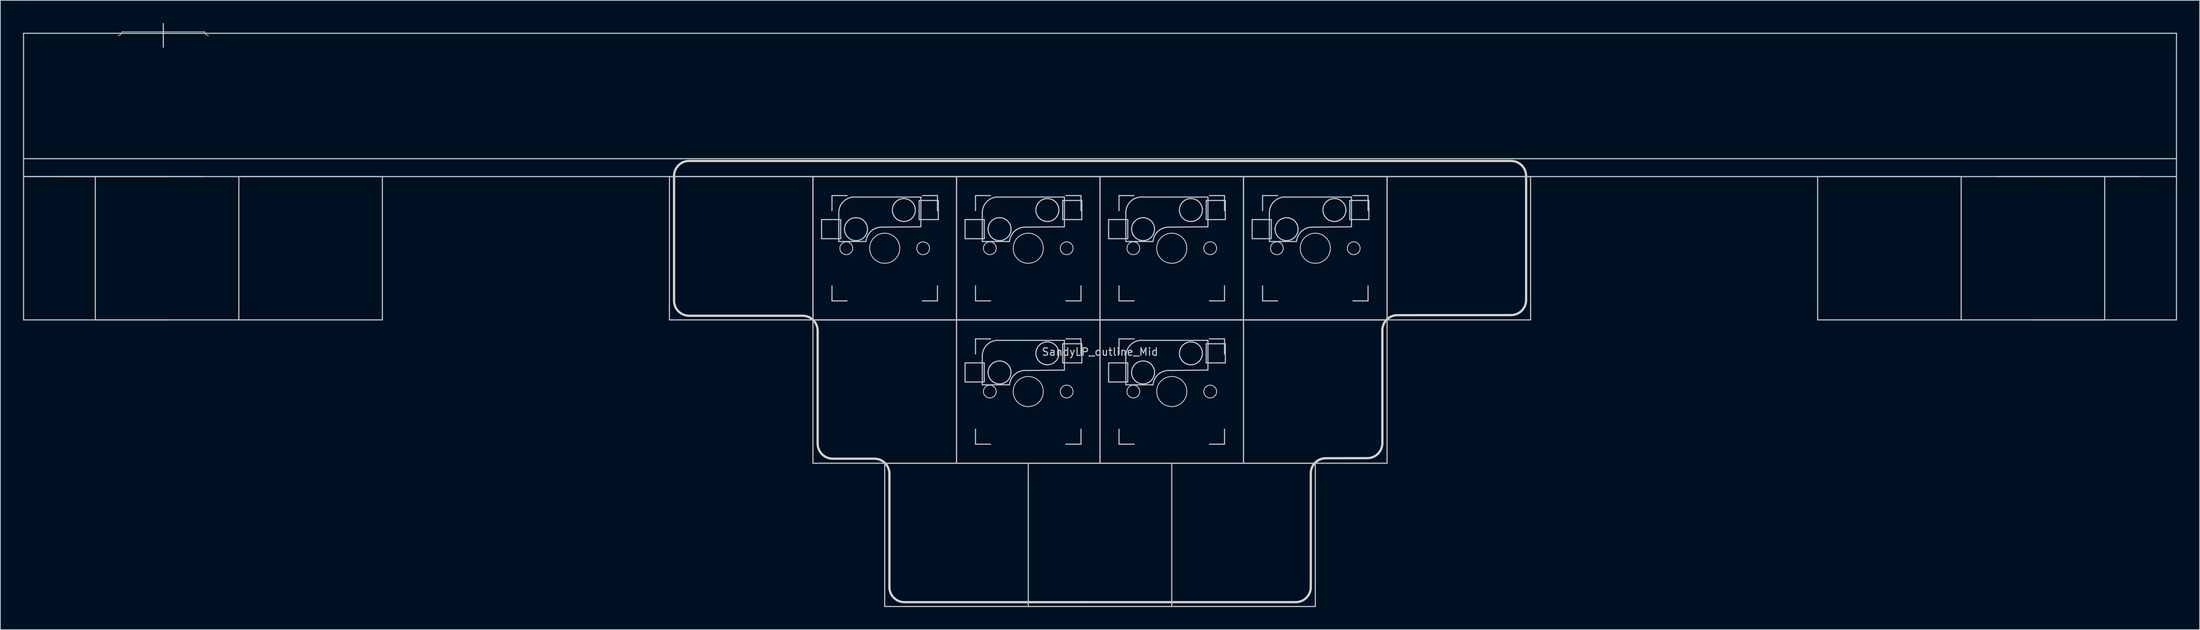
<source format=kicad_pcb>
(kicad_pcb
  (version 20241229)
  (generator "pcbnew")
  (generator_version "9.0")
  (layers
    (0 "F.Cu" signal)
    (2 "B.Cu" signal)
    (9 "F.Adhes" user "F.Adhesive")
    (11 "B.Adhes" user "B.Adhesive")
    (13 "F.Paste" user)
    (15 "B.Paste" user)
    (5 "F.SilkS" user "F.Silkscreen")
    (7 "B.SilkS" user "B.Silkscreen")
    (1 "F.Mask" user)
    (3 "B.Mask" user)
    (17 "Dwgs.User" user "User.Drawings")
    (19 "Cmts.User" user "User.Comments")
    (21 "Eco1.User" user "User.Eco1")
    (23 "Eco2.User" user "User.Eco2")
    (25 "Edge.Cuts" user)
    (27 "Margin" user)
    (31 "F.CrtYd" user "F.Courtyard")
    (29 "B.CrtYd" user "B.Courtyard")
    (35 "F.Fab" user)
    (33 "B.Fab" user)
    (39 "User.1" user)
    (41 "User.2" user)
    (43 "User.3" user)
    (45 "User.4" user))
  (footprint "SandyLP_outline_Mid"
    (layer "F.Cu")
    (at 142.95 39.475)
    (property "Reference" "SandyLP_outline_Mid" (at 0 4.25 0) (layer "Dwgs.User") (effects (font (size 1 1) (thickness 0.15))))
    (attr through_hole)
    (fp_line (start -142.875 -38.1) (end -123.825 -38.1) (stroke (width 0.15) (type solid)) (layer "Dwgs.User"))
    (fp_line (start -142.875 -19.05) (end -142.875 -38.1) (stroke (width 0.15) (type solid)) (layer "Dwgs.User"))
    (fp_line (start -142.875 -19.05) (end -142.875 0) (stroke (width 0.15) (type solid)) (layer "Dwgs.User"))
    (fp_line (start -138.113 -19.05) (end -119.062 -19.05) (stroke (width 0.15) (type solid)) (layer "Dwgs.User"))
    (fp_line (start -133.35 0) (end -133.35 -19.05) (stroke (width 0.15) (type solid)) (layer "Dwgs.User"))
    (fp_line (start -129.825 -38.3) (end -118.825 -38.3) (stroke (width 0.1) (type solid)) (layer "Dwgs.User"))
    (fp_line (start -124.325 -39.4) (end -124.325 -36.25) (stroke (width 0.15) (type solid)) (layer "Dwgs.User"))
    (fp_line (start -123.825 -38.1) (end -104.775 -38.1) (stroke (width 0.15) (type solid)) (layer "Dwgs.User"))
    (fp_line (start -123.825 -19.05) (end -142.875 -19.05) (stroke (width 0.15) (type solid)) (layer "Dwgs.User"))
    (fp_line (start -123.825 -19.05) (end -142.875 -19.05) (stroke (width 0.15) (type solid)) (layer "Dwgs.User"))
    (fp_line (start -123.825 0) (end -142.875 0) (stroke (width 0.15) (type solid)) (layer "Dwgs.User"))
    (fp_line (start -114.3 -19.05) (end -95.25 -19.05) (stroke (width 0.15) (type solid)) (layer "Dwgs.User"))
    (fp_line (start -114.3 0) (end -133.35 0) (stroke (width 0.15) (type solid)) (layer "Dwgs.User"))
    (fp_line (start -114.3 0) (end -114.3 -19.05) (stroke (width 0.15) (type solid)) (layer "Dwgs.User"))
    (fp_line (start -104.775 -38.1) (end -85.725 -38.1) (stroke (width 0.15) (type solid)) (layer "Dwgs.User"))
    (fp_line (start -104.775 -19.05) (end -123.825 -19.05) (stroke (width 0.15) (type solid)) (layer "Dwgs.User"))
    (fp_line (start -95.25 -19.05) (end -95.25 0) (stroke (width 0.15) (type solid)) (layer "Dwgs.User"))
    (fp_line (start -95.25 0) (end -114.3 0) (stroke (width 0.15) (type solid)) (layer "Dwgs.User"))
    (fp_line (start -85.725 -38.1) (end -66.675 -38.1) (stroke (width 0.15) (type solid)) (layer "Dwgs.User"))
    (fp_line (start -85.725 -19.05) (end -104.775 -19.05) (stroke (width 0.15) (type solid)) (layer "Dwgs.User"))
    (fp_line (start -66.675 -38.1) (end -47.625 -38.1) (stroke (width 0.15) (type solid)) (layer "Dwgs.User"))
    (fp_line (start -66.675 -19.05) (end -85.725 -19.05) (stroke (width 0.15) (type solid)) (layer "Dwgs.User"))
    (fp_line (start -57.15 -19.05) (end -38.1 -19.05) (stroke (width 0.15) (type solid)) (layer "Dwgs.User"))
    (fp_line (start -57.15 0) (end -57.15 -19.05) (stroke (width 0.15) (type solid)) (layer "Dwgs.User"))
    (fp_line (start -47.625 -38.1) (end -28.575 -38.1) (stroke (width 0.15) (type solid)) (layer "Dwgs.User"))
    (fp_line (start -47.625 -19.05) (end -66.675 -19.05) (stroke (width 0.15) (type solid)) (layer "Dwgs.User"))
    (fp_line (start -38.1 -19.05) (end -19.05 -19.05) (stroke (width 0.15) (type solid)) (layer "Dwgs.User"))
    (fp_line (start -38.1 -19.05) (end -19.05 -19.05) (stroke (width 0.15) (type solid)) (layer "Dwgs.User"))
    (fp_line (start -38.1 0) (end -57.15 0) (stroke (width 0.15) (type solid)) (layer "Dwgs.User"))
    (fp_line (start -38.1 0) (end -38.1 -19.05) (stroke (width 0.15) (type solid)) (layer "Dwgs.User"))
    (fp_line (start -38.1 0) (end -38.1 -19.05) (stroke (width 0.15) (type solid)) (layer "Dwgs.User"))
    (fp_line (start -38.1 0) (end -19.05 0) (stroke (width 0.15) (type solid)) (layer "Dwgs.User"))
    (fp_line (start -38.1 19.05) (end -38.1 0) (stroke (width 0.15) (type solid)) (layer "Dwgs.User"))
    (fp_line (start -36.957 -13.335) (end -36.957 -10.795) (stroke (width 0.15) (type solid)) (layer "Dwgs.User"))
    (fp_line (start -36.957 -10.795) (end -34.417 -10.795) (stroke (width 0.15) (type solid)) (layer "Dwgs.User"))
    (fp_line (start -35.575 -16.525) (end -35.575 -14.525) (stroke (width 0.15) (type solid)) (layer "Dwgs.User"))
    (fp_line (start -35.575 -4.525) (end -35.575 -2.525) (stroke (width 0.15) (type solid)) (layer "Dwgs.User"))
    (fp_line (start -35.575 -2.525) (end -33.575 -2.525) (stroke (width 0.15) (type solid)) (layer "Dwgs.User"))
    (fp_line (start -34.675 -14.375) (end -34.675 -10.43) (stroke (width 0.15) (type solid)) (layer "Dwgs.User"))
    (fp_line (start -34.675 -10.421) (end -31.065 -10.421) (stroke (width 0.15) (type solid)) (layer "Dwgs.User"))
    (fp_line (start -34.417 -13.335) (end -36.957 -13.335) (stroke (width 0.15) (type solid)) (layer "Dwgs.User"))
    (fp_line (start -34.417 -10.795) (end -34.417 -13.335) (stroke (width 0.15) (type solid)) (layer "Dwgs.User"))
    (fp_line (start -33.575 -16.525) (end -35.575 -16.525) (stroke (width 0.15) (type solid)) (layer "Dwgs.User"))
    (fp_line (start -28.575 -38.1) (end -9.525 -38.1) (stroke (width 0.15) (type solid)) (layer "Dwgs.User"))
    (fp_line (start -28.575 -19.05) (end -47.625 -19.05) (stroke (width 0.15) (type solid)) (layer "Dwgs.User"))
    (fp_line (start -28.575 19.05) (end -9.525 19.05) (stroke (width 0.15) (type solid)) (layer "Dwgs.User"))
    (fp_line (start -28.575 38.1) (end -28.575 19.05) (stroke (width 0.15) (type solid)) (layer "Dwgs.User"))
    (fp_line (start -24.003 -15.875) (end -21.463 -15.875) (stroke (width 0.15) (type solid)) (layer "Dwgs.User"))
    (fp_line (start -24.003 -13.335) (end -24.003 -15.875) (stroke (width 0.15) (type solid)) (layer "Dwgs.User"))
    (fp_line (start -23.775 -16.329) (end -32.4 -16.329) (stroke (width 0.15) (type solid)) (layer "Dwgs.User"))
    (fp_line (start -23.775 -12.421) (end -23.775 -16.329) (stroke (width 0.15) (type solid)) (layer "Dwgs.User"))
    (fp_line (start -23.775 -12.375) (end -28.825 -12.329) (stroke (width 0.15) (type solid)) (layer "Dwgs.User"))
    (fp_line (start -23.575 -16.525) (end -21.575 -16.525) (stroke (width 0.15) (type solid)) (layer "Dwgs.User"))
    (fp_line (start -23.575 -2.525) (end -21.575 -2.525) (stroke (width 0.15) (type solid)) (layer "Dwgs.User"))
    (fp_line (start -21.575 -16.525) (end -21.575 -14.525) (stroke (width 0.15) (type solid)) (layer "Dwgs.User"))
    (fp_line (start -21.575 -2.525) (end -21.575 -4.525) (stroke (width 0.15) (type solid)) (layer "Dwgs.User"))
    (fp_line (start -21.463 -15.875) (end -21.463 -13.335) (stroke (width 0.15) (type solid)) (layer "Dwgs.User"))
    (fp_line (start -21.463 -13.335) (end -24.003 -13.335) (stroke (width 0.15) (type solid)) (layer "Dwgs.User"))
    (fp_line (start -19.05 -19.05) (end -19.05 0) (stroke (width 0.15) (type solid)) (layer "Dwgs.User"))
    (fp_line (start -19.05 -19.05) (end -19.05 0) (stroke (width 0.15) (type solid)) (layer "Dwgs.User"))
    (fp_line (start -19.05 -19.05) (end 0 -19.05) (stroke (width 0.15) (type solid)) (layer "Dwgs.User"))
    (fp_line (start -19.05 -19.05) (end 0 -19.05) (stroke (width 0.15) (type solid)) (layer "Dwgs.User"))
    (fp_line (start -19.05 0) (end -38.1 0) (stroke (width 0.15) (type solid)) (layer "Dwgs.User"))
    (fp_line (start -19.05 0) (end -38.1 0) (stroke (width 0.15) (type solid)) (layer "Dwgs.User"))
    (fp_line (start -19.05 0) (end -19.05 -19.05) (stroke (width 0.15) (type solid)) (layer "Dwgs.User"))
    (fp_line (start -19.05 0) (end 0 0) (stroke (width 0.15) (type solid)) (layer "Dwgs.User"))
    (fp_line (start -19.05 0) (end 0 0) (stroke (width 0.15) (type solid)) (layer "Dwgs.User"))
    (fp_line (start -19.05 19.05) (end -38.1 19.05) (stroke (width 0.15) (type solid)) (layer "Dwgs.User"))
    (fp_line (start -19.05 19.05) (end -19.05 0) (stroke (width 0.15) (type solid)) (layer "Dwgs.User"))
    (fp_line (start -19.05 19.05) (end -19.05 0) (stroke (width 0.15) (type solid)) (layer "Dwgs.User"))
    (fp_line (start -17.907 -13.335) (end -17.907 -10.795) (stroke (width 0.15) (type solid)) (layer "Dwgs.User"))
    (fp_line (start -17.907 -10.795) (end -15.367 -10.795) (stroke (width 0.15) (type solid)) (layer "Dwgs.User"))
    (fp_line (start -17.907 5.715) (end -17.907 8.255) (stroke (width 0.15) (type solid)) (layer "Dwgs.User"))
    (fp_line (start -17.907 8.255) (end -15.367 8.255) (stroke (width 0.15) (type solid)) (layer "Dwgs.User"))
    (fp_line (start -16.525 -16.525) (end -16.525 -14.525) (stroke (width 0.15) (type solid)) (layer "Dwgs.User"))
    (fp_line (start -16.525 -4.525) (end -16.525 -2.525) (stroke (width 0.15) (type solid)) (layer "Dwgs.User"))
    (fp_line (start -16.525 -2.525) (end -14.525 -2.525) (stroke (width 0.15) (type solid)) (layer "Dwgs.User"))
    (fp_line (start -16.525 2.525) (end -16.525 4.525) (stroke (width 0.15) (type solid)) (layer "Dwgs.User"))
    (fp_line (start -16.525 14.525) (end -16.525 16.525) (stroke (width 0.15) (type solid)) (layer "Dwgs.User"))
    (fp_line (start -16.525 16.525) (end -14.525 16.525) (stroke (width 0.15) (type solid)) (layer "Dwgs.User"))
    (fp_line (start -15.625 -14.375) (end -15.625 -10.43) (stroke (width 0.15) (type solid)) (layer "Dwgs.User"))
    (fp_line (start -15.625 -10.421) (end -12.015 -10.421) (stroke (width 0.15) (type solid)) (layer "Dwgs.User"))
    (fp_line (start -15.625 4.675) (end -15.625 8.62) (stroke (width 0.15) (type solid)) (layer "Dwgs.User"))
    (fp_line (start -15.625 8.629) (end -12.015 8.629) (stroke (width 0.15) (type solid)) (layer "Dwgs.User"))
    (fp_line (start -15.367 -13.335) (end -17.907 -13.335) (stroke (width 0.15) (type solid)) (layer "Dwgs.User"))
    (fp_line (start -15.367 -10.795) (end -15.367 -13.335) (stroke (width 0.15) (type solid)) (layer "Dwgs.User"))
    (fp_line (start -15.367 5.715) (end -17.907 5.715) (stroke (width 0.15) (type solid)) (layer "Dwgs.User"))
    (fp_line (start -15.367 8.255) (end -15.367 5.715) (stroke (width 0.15) (type solid)) (layer "Dwgs.User"))
    (fp_line (start -14.525 -16.525) (end -16.525 -16.525) (stroke (width 0.15) (type solid)) (layer "Dwgs.User"))
    (fp_line (start -14.525 2.525) (end -16.525 2.525) (stroke (width 0.15) (type solid)) (layer "Dwgs.User"))
    (fp_line (start -9.525 -38.1) (end 9.525 -38.1) (stroke (width 0.15) (type solid)) (layer "Dwgs.User"))
    (fp_line (start -9.525 -19.05) (end -28.575 -19.05) (stroke (width 0.15) (type solid)) (layer "Dwgs.User"))
    (fp_line (start -9.525 19.05) (end 9.525 19.05) (stroke (width 0.15) (type solid)) (layer "Dwgs.User"))
    (fp_line (start -9.525 38.1) (end -28.575 38.1) (stroke (width 0.15) (type solid)) (layer "Dwgs.User"))
    (fp_line (start -9.525 38.1) (end -9.525 19.05) (stroke (width 0.15) (type solid)) (layer "Dwgs.User"))
    (fp_line (start -4.953 -15.875) (end -2.413 -15.875) (stroke (width 0.15) (type solid)) (layer "Dwgs.User"))
    (fp_line (start -4.953 -13.335) (end -4.953 -15.875) (stroke (width 0.15) (type solid)) (layer "Dwgs.User"))
    (fp_line (start -4.953 3.175) (end -2.413 3.175) (stroke (width 0.15) (type solid)) (layer "Dwgs.User"))
    (fp_line (start -4.953 5.715) (end -4.953 3.175) (stroke (width 0.15) (type solid)) (layer "Dwgs.User"))
    (fp_line (start -4.725 -16.329) (end -13.35 -16.329) (stroke (width 0.15) (type solid)) (layer "Dwgs.User"))
    (fp_line (start -4.725 -12.421) (end -4.725 -16.329) (stroke (width 0.15) (type solid)) (layer "Dwgs.User"))
    (fp_line (start -4.725 -12.375) (end -9.775 -12.329) (stroke (width 0.15) (type solid)) (layer "Dwgs.User"))
    (fp_line (start -4.725 2.721) (end -13.35 2.721) (stroke (width 0.15) (type solid)) (layer "Dwgs.User"))
    (fp_line (start -4.725 6.629) (end -4.725 2.721) (stroke (width 0.15) (type solid)) (layer "Dwgs.User"))
    (fp_line (start -4.725 6.675) (end -9.775 6.721) (stroke (width 0.15) (type solid)) (layer "Dwgs.User"))
    (fp_line (start -4.525 -16.525) (end -2.525 -16.525) (stroke (width 0.15) (type solid)) (layer "Dwgs.User"))
    (fp_line (start -4.525 -2.525) (end -2.525 -2.525) (stroke (width 0.15) (type solid)) (layer "Dwgs.User"))
    (fp_line (start -4.525 2.525) (end -2.525 2.525) (stroke (width 0.15) (type solid)) (layer "Dwgs.User"))
    (fp_line (start -4.525 16.525) (end -2.525 16.525) (stroke (width 0.15) (type solid)) (layer "Dwgs.User"))
    (fp_line (start -2.525 -16.525) (end -2.525 -14.525) (stroke (width 0.15) (type solid)) (layer "Dwgs.User"))
    (fp_line (start -2.525 -2.525) (end -2.525 -4.525) (stroke (width 0.15) (type solid)) (layer "Dwgs.User"))
    (fp_line (start -2.525 2.525) (end -2.525 4.525) (stroke (width 0.15) (type solid)) (layer "Dwgs.User"))
    (fp_line (start -2.525 16.525) (end -2.525 14.525) (stroke (width 0.15) (type solid)) (layer "Dwgs.User"))
    (fp_line (start -2.413 -15.875) (end -2.413 -13.335) (stroke (width 0.15) (type solid)) (layer "Dwgs.User"))
    (fp_line (start -2.413 -13.335) (end -4.953 -13.335) (stroke (width 0.15) (type solid)) (layer "Dwgs.User"))
    (fp_line (start -2.413 3.175) (end -2.413 5.715) (stroke (width 0.15) (type solid)) (layer "Dwgs.User"))
    (fp_line (start -2.413 5.715) (end -4.953 5.715) (stroke (width 0.15) (type solid)) (layer "Dwgs.User"))
    (fp_line (start 0 -19.05) (end 0 0) (stroke (width 0.15) (type solid)) (layer "Dwgs.User"))
    (fp_line (start 0 -19.05) (end 0 0) (stroke (width 0.15) (type solid)) (layer "Dwgs.User"))
    (fp_line (start 0 -19.05) (end 19.05 -19.05) (stroke (width 0.15) (type solid)) (layer "Dwgs.User"))
    (fp_line (start 0 -19.05) (end 19.05 -19.05) (stroke (width 0.15) (type solid)) (layer "Dwgs.User"))
    (fp_line (start 0 0) (end -19.05 0) (stroke (width 0.15) (type solid)) (layer "Dwgs.User"))
    (fp_line (start 0 0) (end -19.05 0) (stroke (width 0.15) (type solid)) (layer "Dwgs.User"))
    (fp_line (start 0 0) (end 0 -19.05) (stroke (width 0.15) (type solid)) (layer "Dwgs.User"))
    (fp_line (start 0 0) (end 0 19.05) (stroke (width 0.15) (type solid)) (layer "Dwgs.User"))
    (fp_line (start 0 0) (end 19.05 0) (stroke (width 0.15) (type solid)) (layer "Dwgs.User"))
    (fp_line (start 0 0) (end 19.05 0) (stroke (width 0.15) (type solid)) (layer "Dwgs.User"))
    (fp_line (start 0 19.05) (end -19.05 19.05) (stroke (width 0.15) (type solid)) (layer "Dwgs.User"))
    (fp_line (start 0 19.05) (end -19.05 19.05) (stroke (width 0.15) (type solid)) (layer "Dwgs.User"))
    (fp_line (start 0 19.05) (end 0 0) (stroke (width 0.15) (type solid)) (layer "Dwgs.User"))
    (fp_line (start 0 19.05) (end 0 0) (stroke (width 0.15) (type solid)) (layer "Dwgs.User"))
    (fp_line (start 1.143 -13.335) (end 1.143 -10.795) (stroke (width 0.15) (type solid)) (layer "Dwgs.User"))
    (fp_line (start 1.143 -10.795) (end 3.683 -10.795) (stroke (width 0.15) (type solid)) (layer "Dwgs.User"))
    (fp_line (start 1.143 5.715) (end 1.143 8.255) (stroke (width 0.15) (type solid)) (layer "Dwgs.User"))
    (fp_line (start 1.143 8.255) (end 3.683 8.255) (stroke (width 0.15) (type solid)) (layer "Dwgs.User"))
    (fp_line (start 2.525 -16.525) (end 2.525 -14.525) (stroke (width 0.15) (type solid)) (layer "Dwgs.User"))
    (fp_line (start 2.525 -4.525) (end 2.525 -2.525) (stroke (width 0.15) (type solid)) (layer "Dwgs.User"))
    (fp_line (start 2.525 -2.525) (end 4.525 -2.525) (stroke (width 0.15) (type solid)) (layer "Dwgs.User"))
    (fp_line (start 2.525 2.525) (end 2.525 4.525) (stroke (width 0.15) (type solid)) (layer "Dwgs.User"))
    (fp_line (start 2.525 14.525) (end 2.525 16.525) (stroke (width 0.15) (type solid)) (layer "Dwgs.User"))
    (fp_line (start 2.525 16.525) (end 4.525 16.525) (stroke (width 0.15) (type solid)) (layer "Dwgs.User"))
    (fp_line (start 3.425 -14.375) (end 3.425 -10.43) (stroke (width 0.15) (type solid)) (layer "Dwgs.User"))
    (fp_line (start 3.425 -10.421) (end 7.035 -10.421) (stroke (width 0.15) (type solid)) (layer "Dwgs.User"))
    (fp_line (start 3.425 4.675) (end 3.425 8.62) (stroke (width 0.15) (type solid)) (layer "Dwgs.User"))
    (fp_line (start 3.425 8.629) (end 7.035 8.629) (stroke (width 0.15) (type solid)) (layer "Dwgs.User"))
    (fp_line (start 3.683 -13.335) (end 1.143 -13.335) (stroke (width 0.15) (type solid)) (layer "Dwgs.User"))
    (fp_line (start 3.683 -10.795) (end 3.683 -13.335) (stroke (width 0.15) (type solid)) (layer "Dwgs.User"))
    (fp_line (start 3.683 5.715) (end 1.143 5.715) (stroke (width 0.15) (type solid)) (layer "Dwgs.User"))
    (fp_line (start 3.683 8.255) (end 3.683 5.715) (stroke (width 0.15) (type solid)) (layer "Dwgs.User"))
    (fp_line (start 4.525 -16.525) (end 2.525 -16.525) (stroke (width 0.15) (type solid)) (layer "Dwgs.User"))
    (fp_line (start 4.525 2.525) (end 2.525 2.525) (stroke (width 0.15) (type solid)) (layer "Dwgs.User"))
    (fp_line (start 9.525 -38.1) (end 28.575 -38.1) (stroke (width 0.15) (type solid)) (layer "Dwgs.User"))
    (fp_line (start 9.525 -19.05) (end -9.525 -19.05) (stroke (width 0.15) (type solid)) (layer "Dwgs.User"))
    (fp_line (start 9.525 19.05) (end 28.575 19.05) (stroke (width 0.15) (type solid)) (layer "Dwgs.User"))
    (fp_line (start 9.525 38.1) (end -9.525 38.1) (stroke (width 0.15) (type solid)) (layer "Dwgs.User"))
    (fp_line (start 9.525 38.1) (end 9.525 19.05) (stroke (width 0.15) (type solid)) (layer "Dwgs.User"))
    (fp_line (start 14.097 -15.875) (end 16.637 -15.875) (stroke (width 0.15) (type solid)) (layer "Dwgs.User"))
    (fp_line (start 14.097 -13.335) (end 14.097 -15.875) (stroke (width 0.15) (type solid)) (layer "Dwgs.User"))
    (fp_line (start 14.097 3.175) (end 16.637 3.175) (stroke (width 0.15) (type solid)) (layer "Dwgs.User"))
    (fp_line (start 14.097 5.715) (end 14.097 3.175) (stroke (width 0.15) (type solid)) (layer "Dwgs.User"))
    (fp_line (start 14.325 -16.329) (end 5.7 -16.329) (stroke (width 0.15) (type solid)) (layer "Dwgs.User"))
    (fp_line (start 14.325 -12.421) (end 14.325 -16.329) (stroke (width 0.15) (type solid)) (layer "Dwgs.User"))
    (fp_line (start 14.325 -12.375) (end 9.275 -12.329) (stroke (width 0.15) (type solid)) (layer "Dwgs.User"))
    (fp_line (start 14.325 2.721) (end 5.7 2.721) (stroke (width 0.15) (type solid)) (layer "Dwgs.User"))
    (fp_line (start 14.325 6.629) (end 14.325 2.721) (stroke (width 0.15) (type solid)) (layer "Dwgs.User"))
    (fp_line (start 14.325 6.675) (end 9.275 6.721) (stroke (width 0.15) (type solid)) (layer "Dwgs.User"))
    (fp_line (start 14.525 -16.525) (end 16.525 -16.525) (stroke (width 0.15) (type solid)) (layer "Dwgs.User"))
    (fp_line (start 14.525 -2.525) (end 16.525 -2.525) (stroke (width 0.15) (type solid)) (layer "Dwgs.User"))
    (fp_line (start 14.525 2.525) (end 16.525 2.525) (stroke (width 0.15) (type solid)) (layer "Dwgs.User"))
    (fp_line (start 14.525 16.525) (end 16.525 16.525) (stroke (width 0.15) (type solid)) (layer "Dwgs.User"))
    (fp_line (start 16.525 -16.525) (end 16.525 -14.525) (stroke (width 0.15) (type solid)) (layer "Dwgs.User"))
    (fp_line (start 16.525 -2.525) (end 16.525 -4.525) (stroke (width 0.15) (type solid)) (layer "Dwgs.User"))
    (fp_line (start 16.525 2.525) (end 16.525 4.525) (stroke (width 0.15) (type solid)) (layer "Dwgs.User"))
    (fp_line (start 16.525 16.525) (end 16.525 14.525) (stroke (width 0.15) (type solid)) (layer "Dwgs.User"))
    (fp_line (start 16.637 -15.875) (end 16.637 -13.335) (stroke (width 0.15) (type solid)) (layer "Dwgs.User"))
    (fp_line (start 16.637 -13.335) (end 14.097 -13.335) (stroke (width 0.15) (type solid)) (layer "Dwgs.User"))
    (fp_line (start 16.637 3.175) (end 16.637 5.715) (stroke (width 0.15) (type solid)) (layer "Dwgs.User"))
    (fp_line (start 16.637 5.715) (end 14.097 5.715) (stroke (width 0.15) (type solid)) (layer "Dwgs.User"))
    (fp_line (start 19.05 -19.05) (end 19.05 0) (stroke (width 0.15) (type solid)) (layer "Dwgs.User"))
    (fp_line (start 19.05 -19.05) (end 38.1 -19.05) (stroke (width 0.15) (type solid)) (layer "Dwgs.User"))
    (fp_line (start 19.05 -19.05) (end 38.1 -19.05) (stroke (width 0.15) (type solid)) (layer "Dwgs.User"))
    (fp_line (start 19.05 0) (end 0 0) (stroke (width 0.15) (type solid)) (layer "Dwgs.User"))
    (fp_line (start 19.05 0) (end 0 0) (stroke (width 0.15) (type solid)) (layer "Dwgs.User"))
    (fp_line (start 19.05 0) (end 19.05 -19.05) (stroke (width 0.15) (type solid)) (layer "Dwgs.User"))
    (fp_line (start 19.05 0) (end 19.05 -19.05) (stroke (width 0.15) (type solid)) (layer "Dwgs.User"))
    (fp_line (start 19.05 0) (end 19.05 19.05) (stroke (width 0.15) (type solid)) (layer "Dwgs.User"))
    (fp_line (start 19.05 0) (end 38.1 0) (stroke (width 0.15) (type solid)) (layer "Dwgs.User"))
    (fp_line (start 19.05 19.05) (end 0 19.05) (stroke (width 0.15) (type solid)) (layer "Dwgs.User"))
    (fp_line (start 19.05 19.05) (end 0 19.05) (stroke (width 0.15) (type solid)) (layer "Dwgs.User"))
    (fp_line (start 19.05 19.05) (end 19.05 0) (stroke (width 0.15) (type solid)) (layer "Dwgs.User"))
    (fp_line (start 20.193 -13.335) (end 20.193 -10.795) (stroke (width 0.15) (type solid)) (layer "Dwgs.User"))
    (fp_line (start 20.193 -10.795) (end 22.733 -10.795) (stroke (width 0.15) (type solid)) (layer "Dwgs.User"))
    (fp_line (start 21.575 -16.525) (end 21.575 -14.525) (stroke (width 0.15) (type solid)) (layer "Dwgs.User"))
    (fp_line (start 21.575 -4.525) (end 21.575 -2.525) (stroke (width 0.15) (type solid)) (layer "Dwgs.User"))
    (fp_line (start 21.575 -2.525) (end 23.575 -2.525) (stroke (width 0.15) (type solid)) (layer "Dwgs.User"))
    (fp_line (start 22.475 -14.375) (end 22.475 -10.43) (stroke (width 0.15) (type solid)) (layer "Dwgs.User"))
    (fp_line (start 22.475 -10.421) (end 26.085 -10.421) (stroke (width 0.15) (type solid)) (layer "Dwgs.User"))
    (fp_line (start 22.733 -13.335) (end 20.193 -13.335) (stroke (width 0.15) (type solid)) (layer "Dwgs.User"))
    (fp_line (start 22.733 -10.795) (end 22.733 -13.335) (stroke (width 0.15) (type solid)) (layer "Dwgs.User"))
    (fp_line (start 23.575 -16.525) (end 21.575 -16.525) (stroke (width 0.15) (type solid)) (layer "Dwgs.User"))
    (fp_line (start 28.575 -38.1) (end 47.625 -38.1) (stroke (width 0.15) (type solid)) (layer "Dwgs.User"))
    (fp_line (start 28.575 -19.05) (end 9.525 -19.05) (stroke (width 0.15) (type solid)) (layer "Dwgs.User"))
    (fp_line (start 28.575 19.05) (end 28.575 38.1) (stroke (width 0.15) (type solid)) (layer "Dwgs.User"))
    (fp_line (start 28.575 38.1) (end 9.525 38.1) (stroke (width 0.15) (type solid)) (layer "Dwgs.User"))
    (fp_line (start 33.147 -15.875) (end 35.687 -15.875) (stroke (width 0.15) (type solid)) (layer "Dwgs.User"))
    (fp_line (start 33.147 -13.335) (end 33.147 -15.875) (stroke (width 0.15) (type solid)) (layer "Dwgs.User"))
    (fp_line (start 33.375 -16.329) (end 24.75 -16.329) (stroke (width 0.15) (type solid)) (layer "Dwgs.User"))
    (fp_line (start 33.375 -12.421) (end 33.375 -16.329) (stroke (width 0.15) (type solid)) (layer "Dwgs.User"))
    (fp_line (start 33.375 -12.375) (end 28.325 -12.329) (stroke (width 0.15) (type solid)) (layer "Dwgs.User"))
    (fp_line (start 33.575 -16.525) (end 35.575 -16.525) (stroke (width 0.15) (type solid)) (layer "Dwgs.User"))
    (fp_line (start 33.575 -2.525) (end 35.575 -2.525) (stroke (width 0.15) (type solid)) (layer "Dwgs.User"))
    (fp_line (start 35.575 -16.525) (end 35.575 -14.525) (stroke (width 0.15) (type solid)) (layer "Dwgs.User"))
    (fp_line (start 35.575 -2.525) (end 35.575 -4.525) (stroke (width 0.15) (type solid)) (layer "Dwgs.User"))
    (fp_line (start 35.687 -15.875) (end 35.687 -13.335) (stroke (width 0.15) (type solid)) (layer "Dwgs.User"))
    (fp_line (start 35.687 -13.335) (end 33.147 -13.335) (stroke (width 0.15) (type solid)) (layer "Dwgs.User"))
    (fp_line (start 38.1 -19.05) (end 38.1 0) (stroke (width 0.15) (type solid)) (layer "Dwgs.User"))
    (fp_line (start 38.1 -19.05) (end 38.1 0) (stroke (width 0.15) (type solid)) (layer "Dwgs.User"))
    (fp_line (start 38.1 -19.05) (end 57.15 -19.05) (stroke (width 0.15) (type solid)) (layer "Dwgs.User"))
    (fp_line (start 38.1 0) (end 19.05 0) (stroke (width 0.15) (type solid)) (layer "Dwgs.User"))
    (fp_line (start 38.1 0) (end 19.05 0) (stroke (width 0.15) (type solid)) (layer "Dwgs.User"))
    (fp_line (start 38.1 0) (end 38.1 19.05) (stroke (width 0.15) (type solid)) (layer "Dwgs.User"))
    (fp_line (start 38.1 19.05) (end 19.05 19.05) (stroke (width 0.15) (type solid)) (layer "Dwgs.User"))
    (fp_line (start 47.625 -38.1) (end 66.675 -38.1) (stroke (width 0.15) (type solid)) (layer "Dwgs.User"))
    (fp_line (start 47.625 -19.05) (end 28.575 -19.05) (stroke (width 0.15) (type solid)) (layer "Dwgs.User"))
    (fp_line (start 57.15 -19.05) (end 57.15 0) (stroke (width 0.15) (type solid)) (layer "Dwgs.User"))
    (fp_line (start 57.15 0) (end 38.1 0) (stroke (width 0.15) (type solid)) (layer "Dwgs.User"))
    (fp_line (start 66.675 -38.1) (end 85.725 -38.1) (stroke (width 0.15) (type solid)) (layer "Dwgs.User"))
    (fp_line (start 66.675 -19.05) (end 47.625 -19.05) (stroke (width 0.15) (type solid)) (layer "Dwgs.User"))
    (fp_line (start 85.725 -38.1) (end 104.775 -38.1) (stroke (width 0.15) (type solid)) (layer "Dwgs.User"))
    (fp_line (start 85.725 -19.05) (end 66.675 -19.05) (stroke (width 0.15) (type solid)) (layer "Dwgs.User"))
    (fp_line (start 95.25 -19.05) (end 114.3 -19.05) (stroke (width 0.15) (type solid)) (layer "Dwgs.User"))
    (fp_line (start 95.25 0) (end 95.25 -19.05) (stroke (width 0.15) (type solid)) (layer "Dwgs.User"))
    (fp_line (start 104.775 -38.1) (end 123.825 -38.1) (stroke (width 0.15) (type solid)) (layer "Dwgs.User"))
    (fp_line (start 104.775 -19.05) (end 85.725 -19.05) (stroke (width 0.15) (type solid)) (layer "Dwgs.User"))
    (fp_line (start 114.3 -19.05) (end 114.3 0) (stroke (width 0.15) (type solid)) (layer "Dwgs.User"))
    (fp_line (start 114.3 0) (end 95.25 0) (stroke (width 0.15) (type solid)) (layer "Dwgs.User"))
    (fp_line (start 119.062 -19.05) (end 138.113 -19.05) (stroke (width 0.15) (type solid)) (layer "Dwgs.User"))
    (fp_line (start 123.825 -38.1) (end 142.875 -38.1) (stroke (width 0.15) (type solid)) (layer "Dwgs.User"))
    (fp_line (start 123.825 -19.05) (end 104.775 -19.05) (stroke (width 0.15) (type solid)) (layer "Dwgs.User"))
    (fp_line (start 133.35 0) (end 114.3 0) (stroke (width 0.15) (type solid)) (layer "Dwgs.User"))
    (fp_line (start 133.35 0) (end 133.35 -19.05) (stroke (width 0.15) (type solid)) (layer "Dwgs.User"))
    (fp_line (start 142.875 -38.1) (end 142.875 -19.05) (stroke (width 0.15) (type solid)) (layer "Dwgs.User"))
    (fp_line (start 142.875 -21.431) (end -142.875 -21.431) (stroke (width 0.15) (type solid)) (layer "Dwgs.User"))
    (fp_line (start 142.875 -19.05) (end 123.825 -19.05) (stroke (width 0.15) (type solid)) (layer "Dwgs.User"))
    (fp_line (start 142.875 -19.05) (end 142.875 0) (stroke (width 0.15) (type solid)) (layer "Dwgs.User"))
    (fp_line (start 142.875 0) (end 123.825 0) (stroke (width 0.15) (type solid)) (layer "Dwgs.User"))
    (fp_arc (start -129.825 -38.30004) (mid -129.971447 -37.946487) (end -130.325 -37.80004) (stroke (width 0.1) (type solid)) (layer "Dwgs.User"))
    (fp_arc (start -118.325 -37.80004) (mid -118.678553 -37.946487) (end -118.825 -38.30004) (stroke (width 0.1) (type solid)) (layer "Dwgs.User"))
    (fp_arc (start -34.664 -14.445) (mid -33.922189 -15.85589) (end -32.4 -16.329) (stroke (width 0.15) (type solid)) (layer "Dwgs.User"))
    (fp_arc (start -31.06 -10.445) (mid -30.319361 -11.853061) (end -28.8 -12.325) (stroke (width 0.15) (type solid)) (layer "Dwgs.User"))
    (fp_arc (start -15.614 -14.445) (mid -14.872189 -15.85589) (end -13.35 -16.329) (stroke (width 0.15) (type solid)) (layer "Dwgs.User"))
    (fp_arc (start -15.614 4.605) (mid -14.872189 3.19411) (end -13.35 2.721) (stroke (width 0.15) (type solid)) (layer "Dwgs.User"))
    (fp_arc (start -12.01 -10.445) (mid -11.269361 -11.853061) (end -9.75 -12.325) (stroke (width 0.15) (type solid)) (layer "Dwgs.User"))
    (fp_arc (start -12.01 8.605) (mid -11.269361 7.196939) (end -9.75 6.725) (stroke (width 0.15) (type solid)) (layer "Dwgs.User"))
    (fp_arc (start 3.436 -14.445) (mid 4.177811 -15.85589) (end 5.7 -16.329) (stroke (width 0.15) (type solid)) (layer "Dwgs.User"))
    (fp_arc (start 3.436 4.605) (mid 4.177811 3.19411) (end 5.7 2.721) (stroke (width 0.15) (type solid)) (layer "Dwgs.User"))
    (fp_arc (start 7.04 -10.445) (mid 7.780639 -11.853061) (end 9.3 -12.325) (stroke (width 0.15) (type solid)) (layer "Dwgs.User"))
    (fp_arc (start 7.04 8.605) (mid 7.780639 7.196939) (end 9.3 6.725) (stroke (width 0.15) (type solid)) (layer "Dwgs.User"))
    (fp_arc (start 22.486 -14.445) (mid 23.227811 -15.85589) (end 24.75 -16.329) (stroke (width 0.15) (type solid)) (layer "Dwgs.User"))
    (fp_arc (start 26.09 -10.445) (mid 26.830639 -11.853061) (end 28.35 -12.325) (stroke (width 0.15) (type solid)) (layer "Dwgs.User"))
    (fp_circle (center -33.675 -9.525) (end -33.075 -8.925) (stroke (width 0.12) (type solid)) (fill no) (layer "Dwgs.User"))
    (fp_circle (center -32.385 -12.065) (end -30.861 -12.065) (stroke (width 0.15) (type solid)) (fill no) (layer "Dwgs.User"))
    (fp_circle (center -28.575 -9.525) (end -26.575 -9.525) (stroke (width 0.12) (type solid)) (fill no) (layer "Dwgs.User"))
    (fp_circle (center -26.035 -14.605) (end -24.511 -14.605) (stroke (width 0.15) (type solid)) (fill no) (layer "Dwgs.User"))
    (fp_circle (center -23.475 -9.525) (end -22.875 -8.925) (stroke (width 0.12) (type solid)) (fill no) (layer "Dwgs.User"))
    (fp_circle (center -14.625 -9.525) (end -14.025 -8.925) (stroke (width 0.12) (type solid)) (fill no) (layer "Dwgs.User"))
    (fp_circle (center -14.625 9.525) (end -14.025 10.125) (stroke (width 0.12) (type solid)) (fill no) (layer "Dwgs.User"))
    (fp_circle (center -13.335 -12.065) (end -11.811 -12.065) (stroke (width 0.15) (type solid)) (fill no) (layer "Dwgs.User"))
    (fp_circle (center -13.335 6.985) (end -11.811 6.985) (stroke (width 0.15) (type solid)) (fill no) (layer "Dwgs.User"))
    (fp_circle (center -9.525 -9.525) (end -7.525 -9.525) (stroke (width 0.12) (type solid)) (fill no) (layer "Dwgs.User"))
    (fp_circle (center -9.525 9.525) (end -7.525 9.525) (stroke (width 0.12) (type solid)) (fill no) (layer "Dwgs.User"))
    (fp_circle (center -6.985 -14.605) (end -5.461 -14.605) (stroke (width 0.15) (type solid)) (fill no) (layer "Dwgs.User"))
    (fp_circle (center -6.985 4.445) (end -5.461 4.445) (stroke (width 0.15) (type solid)) (fill no) (layer "Dwgs.User"))
    (fp_circle (center -4.425 -9.525) (end -3.825 -8.925) (stroke (width 0.12) (type solid)) (fill no) (layer "Dwgs.User"))
    (fp_circle (center -4.425 9.525) (end -3.825 10.125) (stroke (width 0.12) (type solid)) (fill no) (layer "Dwgs.User"))
    (fp_circle (center 4.425 -9.525) (end 5.025 -8.925) (stroke (width 0.12) (type solid)) (fill no) (layer "Dwgs.User"))
    (fp_circle (center 4.425 9.525) (end 5.025 10.125) (stroke (width 0.12) (type solid)) (fill no) (layer "Dwgs.User"))
    (fp_circle (center 5.715 -12.065) (end 7.239 -12.065) (stroke (width 0.15) (type solid)) (fill no) (layer "Dwgs.User"))
    (fp_circle (center 5.715 6.985) (end 7.239 6.985) (stroke (width 0.15) (type solid)) (fill no) (layer "Dwgs.User"))
    (fp_circle (center 9.525 -9.525) (end 11.525 -9.525) (stroke (width 0.12) (type solid)) (fill no) (layer "Dwgs.User"))
    (fp_circle (center 9.525 9.525) (end 11.525 9.525) (stroke (width 0.12) (type solid)) (fill no) (layer "Dwgs.User"))
    (fp_circle (center 12.065 -14.605) (end 13.589 -14.605) (stroke (width 0.15) (type solid)) (fill no) (layer "Dwgs.User"))
    (fp_circle (center 12.065 4.445) (end 13.589 4.445) (stroke (width 0.15) (type solid)) (fill no) (layer "Dwgs.User"))
    (fp_circle (center 14.625 -9.525) (end 15.225 -8.925) (stroke (width 0.12) (type solid)) (fill no) (layer "Dwgs.User"))
    (fp_circle (center 14.625 9.525) (end 15.225 10.125) (stroke (width 0.12) (type solid)) (fill no) (layer "Dwgs.User"))
    (fp_circle (center 23.475 -9.525) (end 24.075 -8.925) (stroke (width 0.12) (type solid)) (fill no) (layer "Dwgs.User"))
    (fp_circle (center 24.765 -12.065) (end 26.289 -12.065) (stroke (width 0.15) (type solid)) (fill no) (layer "Dwgs.User"))
    (fp_circle (center 28.575 -9.525) (end 30.575 -9.525) (stroke (width 0.12) (type solid)) (fill no) (layer "Dwgs.User"))
    (fp_circle (center 31.115 -14.605) (end 32.639 -14.605) (stroke (width 0.15) (type solid)) (fill no) (layer "Dwgs.User"))
    (fp_circle (center 33.675 -9.525) (end 34.275 -8.925) (stroke (width 0.12) (type solid)) (fill no) (layer "Dwgs.User"))
    (fp_line (start -142.525 -2.628) (end -142.525 -16.75) (stroke (width 0.3) (type solid)) (layer "Eco2.User"))
    (fp_line (start -140.525 -18.75) (end -97.845 -18.75) (stroke (width 0.3) (type solid)) (layer "Eco2.User"))
    (fp_line (start -140.525 -0.628) (end -97.855 -0.614) (stroke (width 0.3) (type solid)) (layer "Eco2.User"))
    (fp_line (start -95.855 -2.614) (end -95.845 -16.75) (stroke (width 0.3) (type solid)) (layer "Eco2.User"))
    (fp_line (start 95.805 -2.643) (end 95.805 -16.764) (stroke (width 0.3) (type solid)) (layer "Eco2.User"))
    (fp_line (start 97.805 -18.764) (end 140.485 -18.764) (stroke (width 0.3) (type solid)) (layer "Eco2.User"))
    (fp_line (start 97.805 -0.643) (end 140.475 -0.628) (stroke (width 0.3) (type solid)) (layer "Eco2.User"))
    (fp_line (start 142.475 -2.628) (end 142.485 -16.764) (stroke (width 0.3) (type solid)) (layer "Eco2.User"))
    (fp_arc (start -142.525 -16.75004) (mid -141.939214 -18.164254) (end -140.525 -18.75004) (stroke (width 0.3) (type solid)) (layer "Eco2.User"))
    (fp_arc (start -140.525 -0.628468) (mid -141.939213 -1.214254) (end -142.525 -2.628468) (stroke (width 0.3) (type solid)) (layer "Eco2.User"))
    (fp_arc (start -97.845 -18.75004) (mid -96.430774 -18.164265) (end -95.845 -16.75004) (stroke (width 0.3) (type solid)) (layer "Eco2.User"))
    (fp_arc (start -95.855 -2.614254) (mid -96.440786 -1.20004) (end -97.855 -0.614254) (stroke (width 0.3) (type solid)) (layer "Eco2.User"))
    (fp_arc (start 95.805 -16.764254) (mid 96.390786 -18.178468) (end 97.805 -18.764254) (stroke (width 0.3) (type solid)) (layer "Eco2.User"))
    (fp_arc (start 97.805 -0.642682) (mid 96.390786 -1.228468) (end 95.805 -2.642682) (stroke (width 0.3) (type solid)) (layer "Eco2.User"))
    (fp_arc (start 140.485 -18.764254) (mid 141.899226 -18.17848) (end 142.485 -16.764254) (stroke (width 0.3) (type solid)) (layer "Eco2.User"))
    (fp_arc (start 142.475 -2.628468) (mid 141.889214 -1.214254) (end 140.475 -0.628468) (stroke (width 0.3) (type solid)) (layer "Eco2.User"))
    (fp_line (start -56.535 -2.55) (end -56.535 -19.131) (stroke (width 0.3) (type solid)) (layer "Edge.Cuts"))
    (fp_line (start -54.535 -0.55) (end -39.475 -0.55) (stroke (width 0.3) (type solid)) (layer "Edge.Cuts"))
    (fp_line (start -37.475 16.45) (end -37.475 1.45) (stroke (width 0.3) (type solid)) (layer "Edge.Cuts"))
    (fp_line (start -35.475 18.45) (end -29.95 18.45) (stroke (width 0.3) (type solid)) (layer "Edge.Cuts"))
    (fp_line (start -27.95 35.525) (end -27.95 20.45) (stroke (width 0.3) (type solid)) (layer "Edge.Cuts"))
    (fp_line (start -25.95 37.525) (end 25.975 37.521) (stroke (width 0.3) (type solid)) (layer "Edge.Cuts"))
    (fp_line (start 27.975 35.521) (end 27.975 20.389) (stroke (width 0.3) (type solid)) (layer "Edge.Cuts"))
    (fp_line (start 29.975 18.389) (end 35.475 18.379) (stroke (width 0.3) (type solid)) (layer "Edge.Cuts"))
    (fp_line (start 37.475 16.379) (end 37.475 1.372) (stroke (width 0.3) (type solid)) (layer "Edge.Cuts"))
    (fp_line (start 39.475 -0.628) (end 54.555 -0.638) (stroke (width 0.3) (type solid)) (layer "Edge.Cuts"))
    (fp_line (start 54.555 -21.131) (end -54.535 -21.131) (stroke (width 0.3) (type solid)) (layer "Edge.Cuts"))
    (fp_line (start 56.555 -2.638) (end 56.555 -19.131) (stroke (width 0.3) (type solid)) (layer "Edge.Cuts"))
    (fp_arc (start -56.535 -19.13129) (mid -55.949214 -20.545504) (end -54.535 -21.13129) (stroke (width 0.3) (type solid)) (layer "Edge.Cuts"))
    (fp_arc (start -54.535 -0.55004) (mid -55.949214 -1.135826) (end -56.535 -2.55004) (stroke (width 0.3) (type solid)) (layer "Edge.Cuts"))
    (fp_arc (start -39.475 -0.55004) (mid -38.060786 0.035746) (end -37.475 1.44996) (stroke (width 0.3) (type solid)) (layer "Edge.Cuts"))
    (fp_arc (start -35.475 18.44996) (mid -36.889214 17.864174) (end -37.475 16.44996) (stroke (width 0.3) (type solid)) (layer "Edge.Cuts"))
    (fp_arc (start -29.95 18.44996) (mid -28.535786 19.035746) (end -27.95 20.44996) (stroke (width 0.3) (type solid)) (layer "Edge.Cuts"))
    (fp_arc (start -25.95 37.52496) (mid -27.364214 36.939174) (end -27.95 35.52496) (stroke (width 0.3) (type solid)) (layer "Edge.Cuts"))
    (fp_arc (start 27.975 20.389174) (mid 28.560766 18.974948) (end 29.975 18.389174) (stroke (width 0.3) (type solid)) (layer "Edge.Cuts"))
    (fp_arc (start 27.975 35.520746) (mid 27.389196 36.934942) (end 25.975 37.520746) (stroke (width 0.3) (type solid)) (layer "Edge.Cuts"))
    (fp_arc (start 37.475 1.371532) (mid 38.060786 -0.042683) (end 39.475 -0.628468) (stroke (width 0.3) (type solid)) (layer "Edge.Cuts"))
    (fp_arc (start 37.475 16.379174) (mid 36.889193 17.793375) (end 35.475 18.379174) (stroke (width 0.3) (type solid)) (layer "Edge.Cuts"))
    (fp_arc (start 54.555 -21.13129) (mid 55.969228 -20.545506) (end 56.555 -19.13129) (stroke (width 0.3) (type solid)) (layer "Edge.Cuts"))
    (fp_arc (start 56.555 -2.638468) (mid 55.969213 -1.224256) (end 54.555 -0.638468) (stroke (width 0.3) (type solid)) (layer "Edge.Cuts")))
  (gr_rect
    (start -3 -3)
    (end 288.9 80.65)
    (stroke (width 0.1) (type default))
    (fill no)
    (layer "Edge.Cuts")))
</source>
